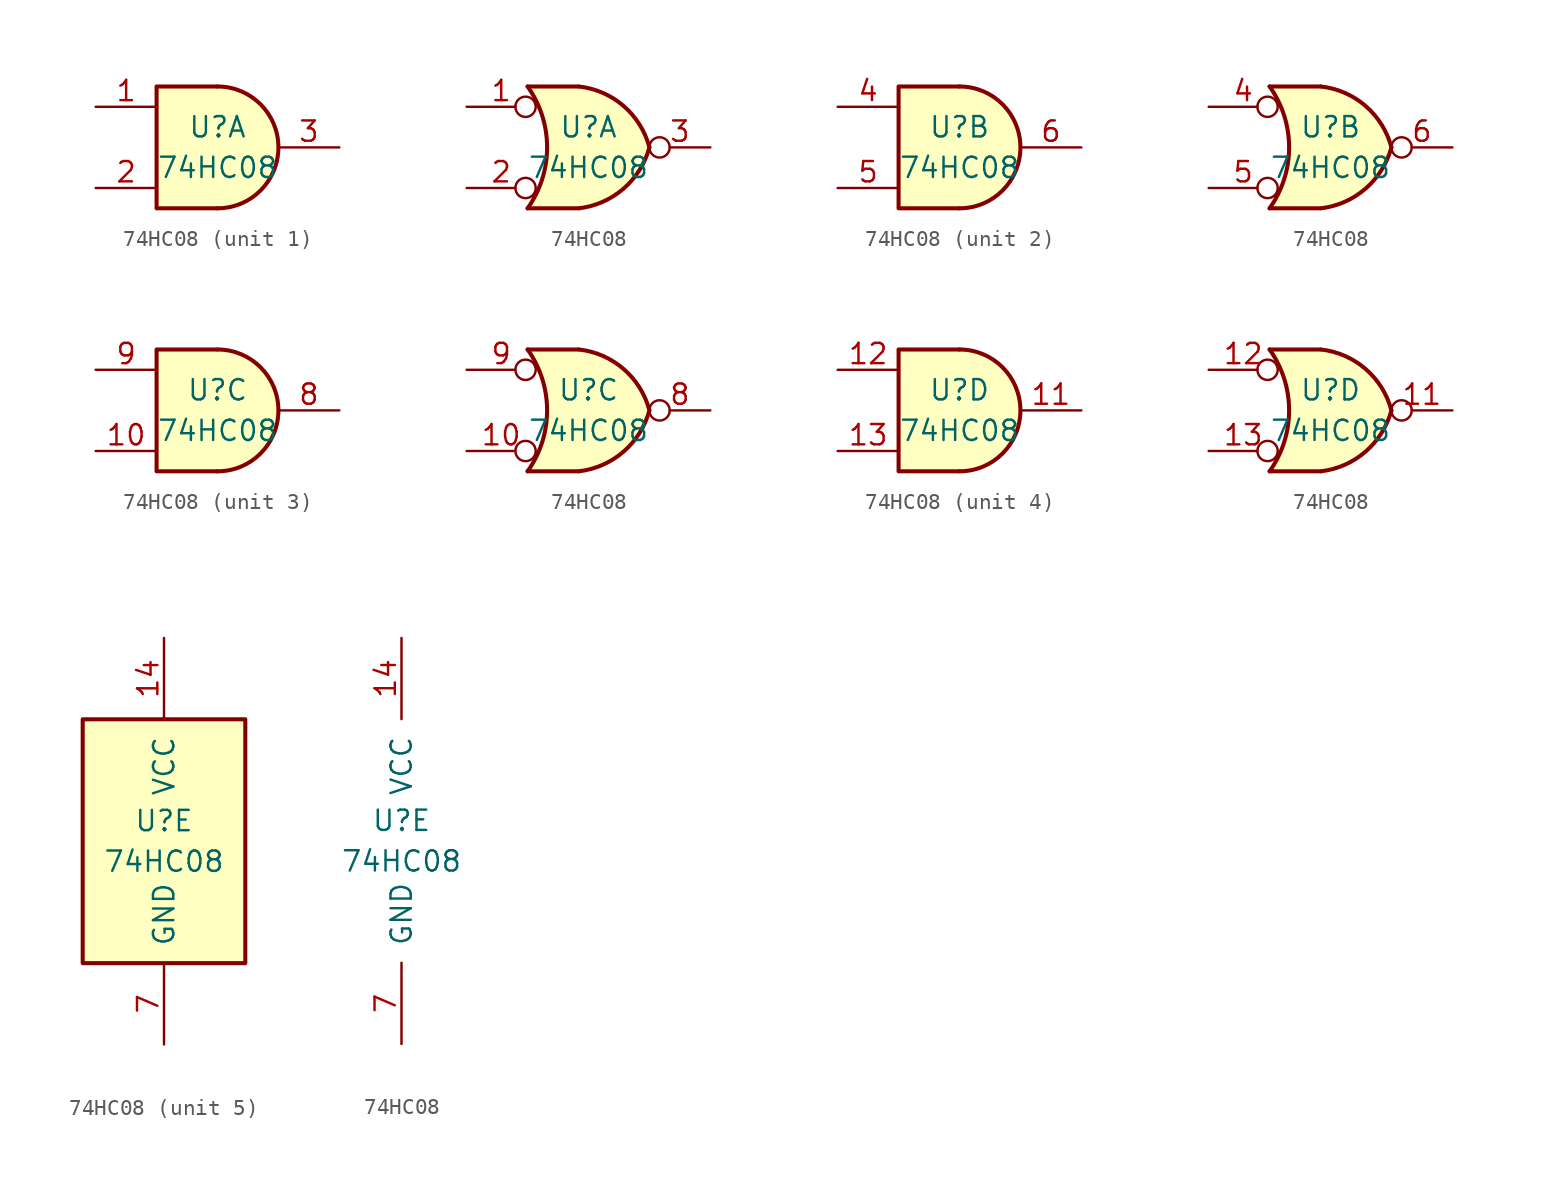
<source format=kicad_sym>
(kicad_symbol_lib
  (version 20231120)
  (generator "kicad_symbol_editor")
  (generator_version "8.0")
  (symbol "74HC08"
    (pin_names
      (offset 1.016))
    (property "Reference" "U"
      (at 0 1.27 0)
      (effects (font (size 1.27 1.27))))
    (property "Value" "74HC08"
      (at 0 -1.27 0)
      (effects (font (size 1.27 1.27))))
    (property "ki_locked" ""
      (at 0 0 0)
      (effects (font (size 1.27 1.27))))
    (symbol "74HC08_1_1"
      (arc (start 0 -3.81) (mid 3.7934 0) (end 0 3.81) (stroke (width 0.254) (type default)) (fill (type background)))
      (polyline (pts (xy 0 3.81) (xy -3.81 3.81) (xy -3.81 -3.81) (xy 0 -3.81)) (stroke (width 0.254) (type default)) (fill (type background)))
      (pin input line (at -7.62 2.54 0) (length 3.81) (name "~" (effects (font (size 1.27 1.27)))) (number "1" (effects (font (size 1.27 1.27)))))
      (pin input line (at -7.62 -2.54 0) (length 3.81) (name "~" (effects (font (size 1.27 1.27)))) (number "2" (effects (font (size 1.27 1.27)))))
      (pin output line (at 7.62 0 180) (length 3.81) (name "~" (effects (font (size 1.27 1.27)))) (number "3" (effects (font (size 1.27 1.27))))))
    (symbol "74HC08_1_2"
      (arc (start -3.81 -3.81) (mid -2.589 0) (end -3.81 3.81) (stroke (width 0.254) (type default)) (fill (type none)))
      (arc (start -0.6096 -3.81) (mid 2.1842 -2.5851) (end 3.81 0) (stroke (width 0.254) (type default)) (fill (type background)))
      (polyline (pts (xy -3.81 -3.81) (xy -0.635 -3.81)) (stroke (width 0.254) (type default)) (fill (type background)))
      (polyline (pts (xy -3.81 3.81) (xy -0.635 3.81)) (stroke (width 0.254) (type default)) (fill (type background)))
      (polyline (pts (xy -0.635 3.81) (xy -3.81 3.81) (xy -3.81 3.81) (xy -3.556 3.404) (xy -3.023 2.261) (xy -2.692 1.041) (xy -2.616 -0.254) (xy -2.769 -1.499) (xy -3.175 -2.718) (xy -3.81 -3.81) (xy -3.81 -3.81) (xy -0.635 -3.81)) (stroke (width -25.4) (type default)) (fill (type background)))
      (arc (start 3.81 0) (mid 2.1915 2.5936) (end -0.6096 3.81) (stroke (width 0.254) (type default)) (fill (type background)))
      (pin input inverted (at -7.62 2.54 0) (length 4.318) (name "~" (effects (font (size 1.27 1.27)))) (number "1" (effects (font (size 1.27 1.27)))))
      (pin input inverted (at -7.62 -2.54 0) (length 4.318) (name "~" (effects (font (size 1.27 1.27)))) (number "2" (effects (font (size 1.27 1.27)))))
      (pin output inverted (at 7.62 0 180) (length 3.81) (name "~" (effects (font (size 1.27 1.27)))) (number "3" (effects (font (size 1.27 1.27))))))
    (symbol "74HC08_2_1"
      (arc (start 0 -3.81) (mid 3.7934 0) (end 0 3.81) (stroke (width 0.254) (type default)) (fill (type background)))
      (polyline (pts (xy 0 3.81) (xy -3.81 3.81) (xy -3.81 -3.81) (xy 0 -3.81)) (stroke (width 0.254) (type default)) (fill (type background)))
      (pin input line (at -7.62 2.54 0) (length 3.81) (name "~" (effects (font (size 1.27 1.27)))) (number "4" (effects (font (size 1.27 1.27)))))
      (pin input line (at -7.62 -2.54 0) (length 3.81) (name "~" (effects (font (size 1.27 1.27)))) (number "5" (effects (font (size 1.27 1.27)))))
      (pin output line (at 7.62 0 180) (length 3.81) (name "~" (effects (font (size 1.27 1.27)))) (number "6" (effects (font (size 1.27 1.27))))))
    (symbol "74HC08_2_2"
      (arc (start -3.81 -3.81) (mid -2.589 0) (end -3.81 3.81) (stroke (width 0.254) (type default)) (fill (type none)))
      (arc (start -0.6096 -3.81) (mid 2.1842 -2.5851) (end 3.81 0) (stroke (width 0.254) (type default)) (fill (type background)))
      (polyline (pts (xy -3.81 -3.81) (xy -0.635 -3.81)) (stroke (width 0.254) (type default)) (fill (type background)))
      (polyline (pts (xy -3.81 3.81) (xy -0.635 3.81)) (stroke (width 0.254) (type default)) (fill (type background)))
      (polyline (pts (xy -0.635 3.81) (xy -3.81 3.81) (xy -3.81 3.81) (xy -3.556 3.404) (xy -3.023 2.261) (xy -2.692 1.041) (xy -2.616 -0.254) (xy -2.769 -1.499) (xy -3.175 -2.718) (xy -3.81 -3.81) (xy -3.81 -3.81) (xy -0.635 -3.81)) (stroke (width -25.4) (type default)) (fill (type background)))
      (arc (start 3.81 0) (mid 2.1915 2.5936) (end -0.6096 3.81) (stroke (width 0.254) (type default)) (fill (type background)))
      (pin input inverted (at -7.62 2.54 0) (length 4.318) (name "~" (effects (font (size 1.27 1.27)))) (number "4" (effects (font (size 1.27 1.27)))))
      (pin input inverted (at -7.62 -2.54 0) (length 4.318) (name "~" (effects (font (size 1.27 1.27)))) (number "5" (effects (font (size 1.27 1.27)))))
      (pin output inverted (at 7.62 0 180) (length 3.81) (name "~" (effects (font (size 1.27 1.27)))) (number "6" (effects (font (size 1.27 1.27))))))
    (symbol "74HC08_3_1"
      (arc (start 0 -3.81) (mid 3.7934 0) (end 0 3.81) (stroke (width 0.254) (type default)) (fill (type background)))
      (polyline (pts (xy 0 3.81) (xy -3.81 3.81) (xy -3.81 -3.81) (xy 0 -3.81)) (stroke (width 0.254) (type default)) (fill (type background)))
      (pin input line (at -7.62 -2.54 0) (length 3.81) (name "~" (effects (font (size 1.27 1.27)))) (number "10" (effects (font (size 1.27 1.27)))))
      (pin output line (at 7.62 0 180) (length 3.81) (name "~" (effects (font (size 1.27 1.27)))) (number "8" (effects (font (size 1.27 1.27)))))
      (pin input line (at -7.62 2.54 0) (length 3.81) (name "~" (effects (font (size 1.27 1.27)))) (number "9" (effects (font (size 1.27 1.27))))))
    (symbol "74HC08_3_2"
      (arc (start -3.81 -3.81) (mid -2.589 0) (end -3.81 3.81) (stroke (width 0.254) (type default)) (fill (type none)))
      (arc (start -0.6096 -3.81) (mid 2.1842 -2.5851) (end 3.81 0) (stroke (width 0.254) (type default)) (fill (type background)))
      (polyline (pts (xy -3.81 -3.81) (xy -0.635 -3.81)) (stroke (width 0.254) (type default)) (fill (type background)))
      (polyline (pts (xy -3.81 3.81) (xy -0.635 3.81)) (stroke (width 0.254) (type default)) (fill (type background)))
      (polyline (pts (xy -0.635 3.81) (xy -3.81 3.81) (xy -3.81 3.81) (xy -3.556 3.404) (xy -3.023 2.261) (xy -2.692 1.041) (xy -2.616 -0.254) (xy -2.769 -1.499) (xy -3.175 -2.718) (xy -3.81 -3.81) (xy -3.81 -3.81) (xy -0.635 -3.81)) (stroke (width -25.4) (type default)) (fill (type background)))
      (arc (start 3.81 0) (mid 2.1915 2.5936) (end -0.6096 3.81) (stroke (width 0.254) (type default)) (fill (type background)))
      (pin input inverted (at -7.62 -2.54 0) (length 4.318) (name "~" (effects (font (size 1.27 1.27)))) (number "10" (effects (font (size 1.27 1.27)))))
      (pin output inverted (at 7.62 0 180) (length 3.81) (name "~" (effects (font (size 1.27 1.27)))) (number "8" (effects (font (size 1.27 1.27)))))
      (pin input inverted (at -7.62 2.54 0) (length 4.318) (name "~" (effects (font (size 1.27 1.27)))) (number "9" (effects (font (size 1.27 1.27))))))
    (symbol "74HC08_4_1"
      (arc (start 0 -3.81) (mid 3.7934 0) (end 0 3.81) (stroke (width 0.254) (type default)) (fill (type background)))
      (polyline (pts (xy 0 3.81) (xy -3.81 3.81) (xy -3.81 -3.81) (xy 0 -3.81)) (stroke (width 0.254) (type default)) (fill (type background)))
      (pin output line (at 7.62 0 180) (length 3.81) (name "~" (effects (font (size 1.27 1.27)))) (number "11" (effects (font (size 1.27 1.27)))))
      (pin input line (at -7.62 2.54 0) (length 3.81) (name "~" (effects (font (size 1.27 1.27)))) (number "12" (effects (font (size 1.27 1.27)))))
      (pin input line (at -7.62 -2.54 0) (length 3.81) (name "~" (effects (font (size 1.27 1.27)))) (number "13" (effects (font (size 1.27 1.27))))))
    (symbol "74HC08_4_2"
      (arc (start -3.81 -3.81) (mid -2.589 0) (end -3.81 3.81) (stroke (width 0.254) (type default)) (fill (type none)))
      (arc (start -0.6096 -3.81) (mid 2.1842 -2.5851) (end 3.81 0) (stroke (width 0.254) (type default)) (fill (type background)))
      (polyline (pts (xy -3.81 -3.81) (xy -0.635 -3.81)) (stroke (width 0.254) (type default)) (fill (type background)))
      (polyline (pts (xy -3.81 3.81) (xy -0.635 3.81)) (stroke (width 0.254) (type default)) (fill (type background)))
      (polyline (pts (xy -0.635 3.81) (xy -3.81 3.81) (xy -3.81 3.81) (xy -3.556 3.404) (xy -3.023 2.261) (xy -2.692 1.041) (xy -2.616 -0.254) (xy -2.769 -1.499) (xy -3.175 -2.718) (xy -3.81 -3.81) (xy -3.81 -3.81) (xy -0.635 -3.81)) (stroke (width -25.4) (type default)) (fill (type background)))
      (arc (start 3.81 0) (mid 2.1915 2.5936) (end -0.6096 3.81) (stroke (width 0.254) (type default)) (fill (type background)))
      (pin output inverted (at 7.62 0 180) (length 3.81) (name "~" (effects (font (size 1.27 1.27)))) (number "11" (effects (font (size 1.27 1.27)))))
      (pin input inverted (at -7.62 2.54 0) (length 4.318) (name "~" (effects (font (size 1.27 1.27)))) (number "12" (effects (font (size 1.27 1.27)))))
      (pin input inverted (at -7.62 -2.54 0) (length 4.318) (name "~" (effects (font (size 1.27 1.27)))) (number "13" (effects (font (size 1.27 1.27))))))
    (symbol "74HC08_5_0"
      (pin power_in line (at 0 12.7 270) (length 5.08) (name "VCC" (effects (font (size 1.27 1.27)))) (number "14" (effects (font (size 1.27 1.27)))))
      (pin power_in line (at 0 -12.7 90) (length 5.08) (name "GND" (effects (font (size 1.27 1.27)))) (number "7" (effects (font (size 1.27 1.27))))))
    (symbol "74HC08_5_1"
      (rectangle (start -5.08 7.62) (end 5.08 -7.62) (stroke (width 0.254) (type default)) (fill (type background))))))
</source>
